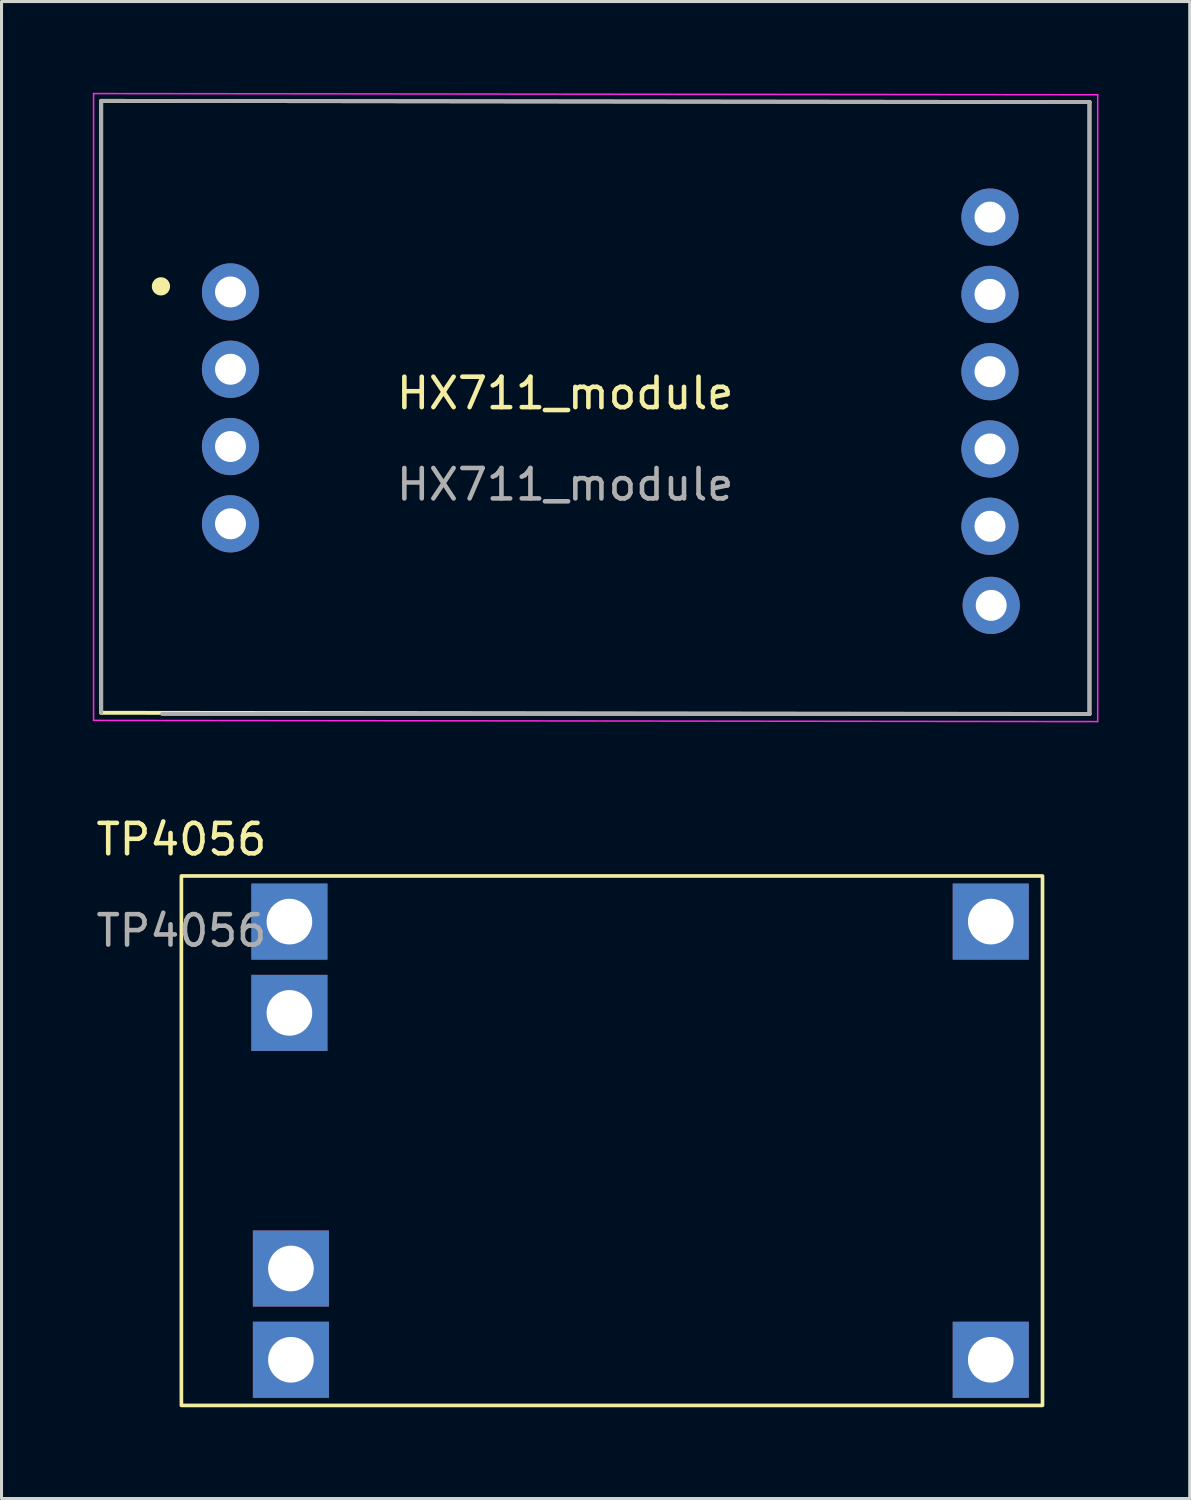
<source format=kicad_pcb>
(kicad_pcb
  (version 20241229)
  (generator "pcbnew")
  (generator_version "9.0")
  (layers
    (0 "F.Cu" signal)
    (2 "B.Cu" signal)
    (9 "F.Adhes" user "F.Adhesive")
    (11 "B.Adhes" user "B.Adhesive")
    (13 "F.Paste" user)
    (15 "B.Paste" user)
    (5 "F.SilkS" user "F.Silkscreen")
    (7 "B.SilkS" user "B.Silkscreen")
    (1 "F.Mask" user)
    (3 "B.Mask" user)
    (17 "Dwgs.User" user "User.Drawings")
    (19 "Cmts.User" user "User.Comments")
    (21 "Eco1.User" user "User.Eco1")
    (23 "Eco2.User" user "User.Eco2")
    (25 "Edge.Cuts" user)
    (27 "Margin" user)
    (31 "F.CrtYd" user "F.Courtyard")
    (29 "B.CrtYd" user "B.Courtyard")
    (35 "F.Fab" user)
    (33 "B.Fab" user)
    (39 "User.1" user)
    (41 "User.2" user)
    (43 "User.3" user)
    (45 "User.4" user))
  (footprint "TP4056"
    (layer "F.Cu")
    (at 2.911 25.738)
    (property "Reference" "TP4056" (at 0 -1.2 0) (unlocked yes) (layer "F.SilkS") (effects (font (size 1 1) (thickness 0.15))))
    (attr through_hole)
    (fp_rect (start 0 0) (end 28.3 17.4) (stroke (width 0.12) (type solid)) (fill no) (layer "F.SilkS"))
    (fp_text user "${REFERENCE}" (at 0 1.8 0) (unlocked yes) (layer "F.Fab") (effects (font (size 1 1) (thickness 0.15))))
    (pad "1" thru_hole rect (at 26.6 15.9) (size 2.5 2.5) (drill 1.5) (layers "*.Cu" "*.Mask"))
    (pad "2" thru_hole rect (at 26.6 1.5) (size 2.5 2.5) (drill 1.5) (layers "*.Cu" "*.Mask"))
    (pad "3" thru_hole rect (at 3.55 1.5) (size 2.5 2.5) (drill 1.5) (layers "*.Cu" "*.Mask"))
    (pad "4" thru_hole rect (at 3.55 4.5) (size 2.5 2.5) (drill 1.5) (layers "*.Cu" "*.Mask"))
    (pad "5" thru_hole rect (at 3.6 12.9) (size 2.5 2.5) (drill 1.5) (layers "*.Cu" "*.Mask"))
    (pad "6" thru_hole rect (at 3.6 15.9) (size 2.5 2.5) (drill 1.5) (layers "*.Cu" "*.Mask")))
  (footprint "HX711_module"
    (layer "F.Cu")
    (at 15.525 10.375)
    (property "Reference" "HX711_module" (at 0 -0.5 0) (unlocked yes) (layer "F.SilkS") (effects (font (size 1 1) (thickness 0.15))))
    (attr through_hole)
    (fp_line (start -15.25 -10.11) (end 17.23 -10.07) (stroke (width 0.127) (type solid)) (layer "F.SilkS"))
    (fp_line (start -15.25 10) (end -15.25 -10.11) (stroke (width 0.127) (type solid)) (layer "F.SilkS"))
    (fp_line (start 17.23 -10.07) (end 17.23 10.04) (stroke (width 0.127) (type solid)) (layer "F.SilkS"))
    (fp_line (start 17.23 10.04) (end -15.25 10) (stroke (width 0.127) (type solid)) (layer "F.SilkS"))
    (fp_circle (center -13.286 -4.014) (end -13.136 -4.014) (stroke (width 0.3) (type solid)) (fill no) (layer "F.SilkS"))
    (fp_line (start -15.5 -10.35) (end 17.5 -10.31) (stroke (width 0.05) (type solid)) (layer "F.CrtYd"))
    (fp_line (start -15.5 10.25) (end -15.5 -10.35) (stroke (width 0.05) (type solid)) (layer "F.CrtYd"))
    (fp_line (start 17.5 -10.31) (end 17.5 10.29) (stroke (width 0.05) (type solid)) (layer "F.CrtYd"))
    (fp_line (start 17.5 10.29) (end -15.5 10.25) (stroke (width 0.05) (type solid)) (layer "F.CrtYd"))
    (fp_line (start -15.25 -10.11) (end 17.23 -10.07) (stroke (width 0.127) (type solid)) (layer "F.Fab"))
    (fp_line (start -15.25 10) (end -15.25 -10.11) (stroke (width 0.127) (type solid)) (layer "F.Fab"))
    (fp_line (start 17.23 -10.07) (end 17.23 10.04) (stroke (width 0.127) (type solid)) (layer "F.Fab"))
    (fp_line (start 17.23 10.04) (end -13.25 10.04) (stroke (width 0.127) (type solid)) (layer "F.Fab"))
    (fp_text user "${REFERENCE}" (at 0 2.5 0) (unlocked yes) (layer "F.Fab") (effects (font (size 1 1) (thickness 0.15))))
    (pad "1" thru_hole circle (at -11 -3.83) (size 1.88 1.88) (drill 1.016) (layers "*.Cu" "*.Mask"))
    (pad "2" thru_hole circle (at -11 -1.29) (size 1.88 1.88) (drill 1.016) (layers "*.Cu" "*.Mask"))
    (pad "3" thru_hole circle (at -11 1.25) (size 1.88 1.88) (drill 1.016) (layers "*.Cu" "*.Mask"))
    (pad "4" thru_hole circle (at -11 3.79) (size 1.88 1.88) (drill 1.016) (layers "*.Cu" "*.Mask"))
    (pad "5" thru_hole circle (at 14 6.47) (size 1.88 1.88) (drill 1.016) (layers "*.Cu" "*.Mask"))
    (pad "6" thru_hole circle (at 13.96 3.87) (size 1.88 1.88) (drill 1.016) (layers "*.Cu" "*.Mask"))
    (pad "7" thru_hole circle (at 13.96 1.33) (size 1.88 1.88) (drill 1.016) (layers "*.Cu" "*.Mask"))
    (pad "8" thru_hole circle (at 13.96 -1.21) (size 1.88 1.88) (drill 1.016) (layers "*.Cu" "*.Mask"))
    (pad "9" thru_hole circle (at 13.96 -3.75) (size 1.88 1.88) (drill 1.016) (layers "*.Cu" "*.Mask"))
    (pad "10" thru_hole circle (at 13.96 -6.29) (size 1.88 1.88) (drill 1.016) (layers "*.Cu" "*.Mask")))
  (gr_rect
    (start -3 -3)
    (end 36.05 46.198)
    (stroke (width 0.1) (type default))
    (fill no)
    (layer "Edge.Cuts")))
</source>
